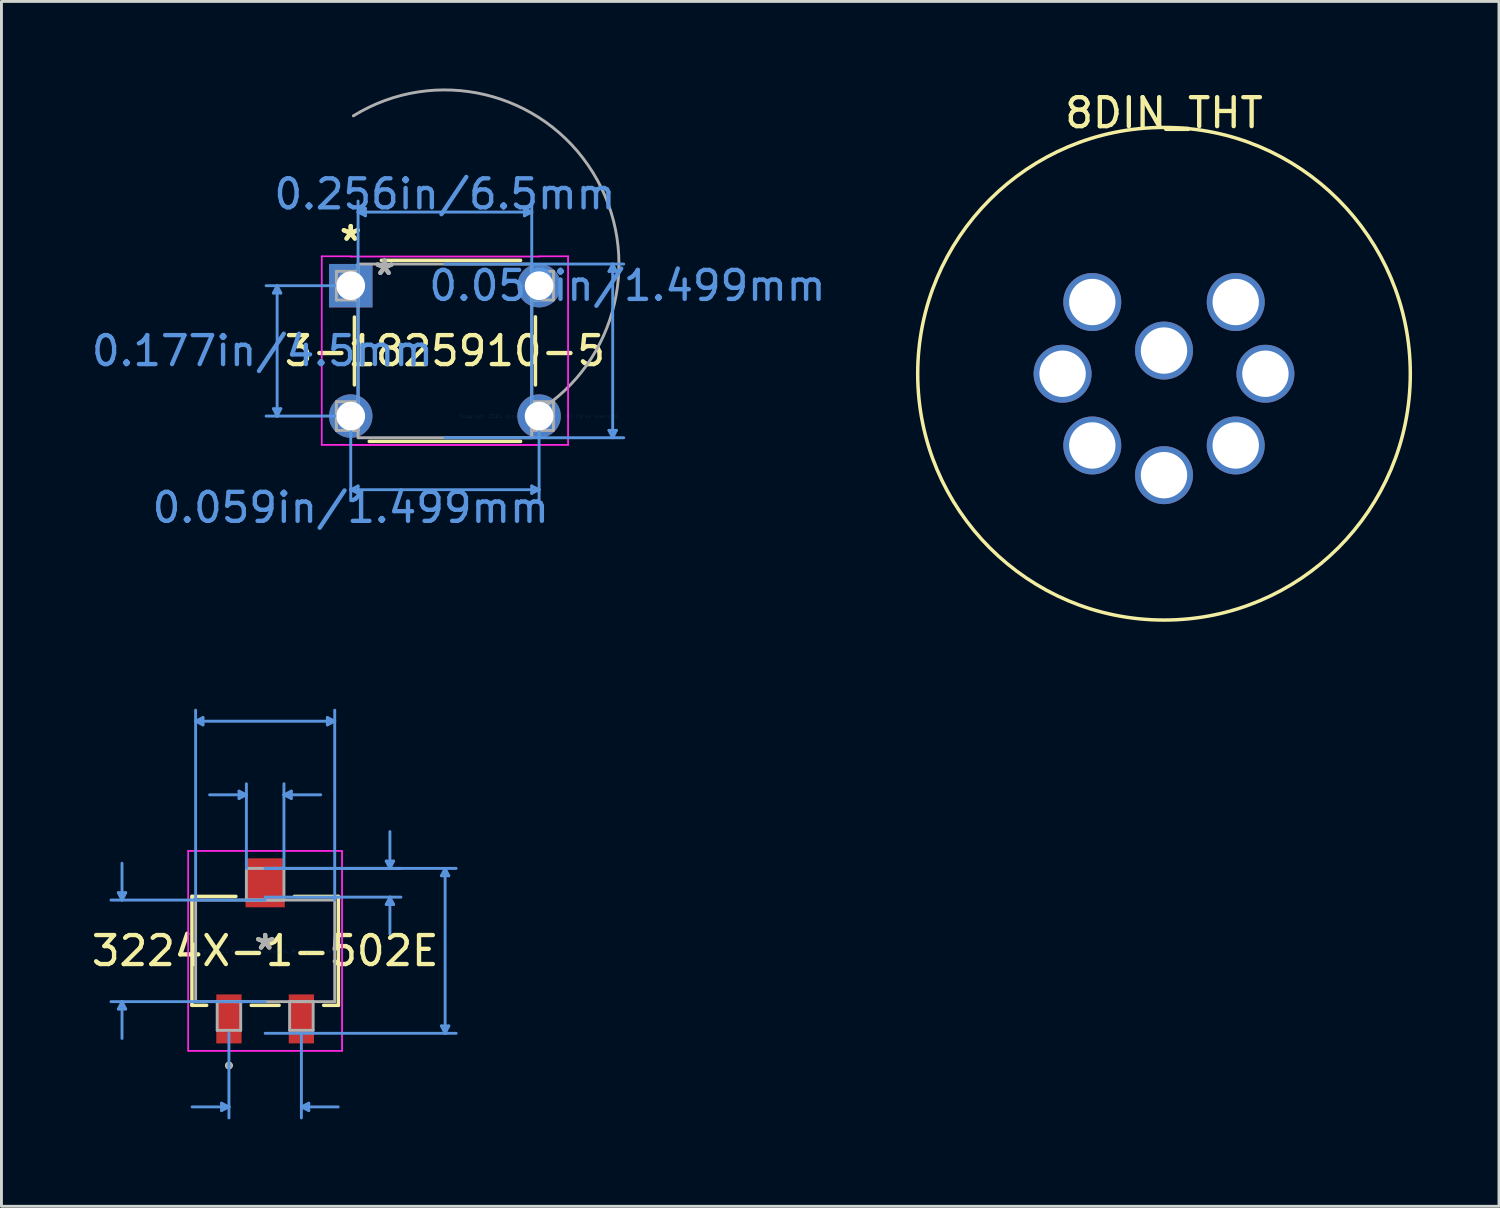
<source format=kicad_pcb>
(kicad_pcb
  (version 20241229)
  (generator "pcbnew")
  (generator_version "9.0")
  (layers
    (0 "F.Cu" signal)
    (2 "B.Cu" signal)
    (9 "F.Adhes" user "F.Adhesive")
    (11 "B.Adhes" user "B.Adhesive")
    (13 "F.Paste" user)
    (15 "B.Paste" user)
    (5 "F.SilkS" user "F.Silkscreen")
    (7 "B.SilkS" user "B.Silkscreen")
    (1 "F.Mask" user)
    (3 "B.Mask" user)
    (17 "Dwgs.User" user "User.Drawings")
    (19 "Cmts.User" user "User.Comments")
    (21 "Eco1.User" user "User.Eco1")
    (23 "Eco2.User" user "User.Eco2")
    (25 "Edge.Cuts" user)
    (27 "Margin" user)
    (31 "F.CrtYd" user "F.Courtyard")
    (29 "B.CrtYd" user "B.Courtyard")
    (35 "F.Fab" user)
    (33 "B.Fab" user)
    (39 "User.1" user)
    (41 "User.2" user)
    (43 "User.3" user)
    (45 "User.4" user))
  (footprint "3-1825910-5"
    (layer "F.Cu")
    (at 15.554 11.309)
    (property "Reference" "3-1825910-5" (at -3.25 -2.25 0) (layer "F.SilkS") (effects (font (size 1 1) (thickness 0.15))))
    (attr through_hole)
    (fp_line (start -6.374 -3.418) (end -6.374 -1.075) (stroke (width 0.12) (type solid)) (layer "F.SilkS"))
    (fp_line (start -5.862 0.874) (end -0.638 0.874) (stroke (width 0.12) (type solid)) (layer "F.SilkS"))
    (fp_line (start -0.638 -5.374) (end -5.442 -5.374) (stroke (width 0.12) (type solid)) (layer "F.SilkS"))
    (fp_line (start -0.126 -1.075) (end -0.126 -3.425) (stroke (width 0.12) (type solid)) (layer "F.SilkS"))
    (fp_line (start -9.167 -4.246) (end -8.913 -4.246) (stroke (width 0.1) (type solid)) (layer "Cmts.User"))
    (fp_line (start -9.167 -0.254) (end -8.913 -0.254) (stroke (width 0.1) (type solid)) (layer "Cmts.User"))
    (fp_line (start -9.04 -4.5) (end -9.167 -4.246) (stroke (width 0.1) (type solid)) (layer "Cmts.User"))
    (fp_line (start -9.04 -4.5) (end -9.04 0) (stroke (width 0.1) (type solid)) (layer "Cmts.User"))
    (fp_line (start -9.04 -4.5) (end -8.913 -4.246) (stroke (width 0.1) (type solid)) (layer "Cmts.User"))
    (fp_line (start -9.04 0) (end -9.167 -0.254) (stroke (width 0.1) (type solid)) (layer "Cmts.User"))
    (fp_line (start -9.04 0) (end -8.913 -0.254) (stroke (width 0.1) (type solid)) (layer "Cmts.User"))
    (fp_line (start -6.5 -4.5) (end -9.421 -4.5) (stroke (width 0.1) (type solid)) (layer "Cmts.User"))
    (fp_line (start -6.5 0) (end -9.421 0) (stroke (width 0.1) (type solid)) (layer "Cmts.User"))
    (fp_line (start -6.5 0) (end -6.5 2.921) (stroke (width 0.1) (type solid)) (layer "Cmts.User"))
    (fp_line (start -6.5 2.54) (end -6.246 2.413) (stroke (width 0.1) (type solid)) (layer "Cmts.User"))
    (fp_line (start -6.5 2.54) (end -6.246 2.667) (stroke (width 0.1) (type solid)) (layer "Cmts.User"))
    (fp_line (start -6.5 2.54) (end 0 2.54) (stroke (width 0.1) (type solid)) (layer "Cmts.User"))
    (fp_line (start -6.247 -7.04) (end -5.993 -7.167) (stroke (width 0.1) (type solid)) (layer "Cmts.User"))
    (fp_line (start -6.247 -7.04) (end -5.993 -6.913) (stroke (width 0.1) (type solid)) (layer "Cmts.User"))
    (fp_line (start -6.247 -7.04) (end -0.253 -7.04) (stroke (width 0.1) (type solid)) (layer "Cmts.User"))
    (fp_line (start -6.247 0) (end -6.247 -7.421) (stroke (width 0.1) (type solid)) (layer "Cmts.User"))
    (fp_line (start -6.246 2.413) (end -6.246 2.667) (stroke (width 0.1) (type solid)) (layer "Cmts.User"))
    (fp_line (start -5.993 -7.167) (end -5.993 -6.913) (stroke (width 0.1) (type solid)) (layer "Cmts.User"))
    (fp_line (start -3.25 -5.247) (end 2.921 -5.247) (stroke (width 0.1) (type solid)) (layer "Cmts.User"))
    (fp_line (start -3.25 0.747) (end 2.921 0.747) (stroke (width 0.1) (type solid)) (layer "Cmts.User"))
    (fp_line (start -0.507 -7.167) (end -0.507 -6.913) (stroke (width 0.1) (type solid)) (layer "Cmts.User"))
    (fp_line (start -0.254 2.413) (end -0.254 2.667) (stroke (width 0.1) (type solid)) (layer "Cmts.User"))
    (fp_line (start -0.253 -7.04) (end -0.507 -7.167) (stroke (width 0.1) (type solid)) (layer "Cmts.User"))
    (fp_line (start -0.253 -7.04) (end -0.507 -6.913) (stroke (width 0.1) (type solid)) (layer "Cmts.User"))
    (fp_line (start -0.253 0) (end -0.253 -7.421) (stroke (width 0.1) (type solid)) (layer "Cmts.User"))
    (fp_line (start 0 0) (end 0 2.921) (stroke (width 0.1) (type solid)) (layer "Cmts.User"))
    (fp_line (start 0 2.54) (end -0.254 2.413) (stroke (width 0.1) (type solid)) (layer "Cmts.User"))
    (fp_line (start 0 2.54) (end -0.254 2.667) (stroke (width 0.1) (type solid)) (layer "Cmts.User"))
    (fp_line (start 2.413 -4.993) (end 2.667 -4.993) (stroke (width 0.1) (type solid)) (layer "Cmts.User"))
    (fp_line (start 2.413 0.493) (end 2.667 0.493) (stroke (width 0.1) (type solid)) (layer "Cmts.User"))
    (fp_line (start 2.54 -5.247) (end 2.413 -4.993) (stroke (width 0.1) (type solid)) (layer "Cmts.User"))
    (fp_line (start 2.54 -5.247) (end 2.54 0.747) (stroke (width 0.1) (type solid)) (layer "Cmts.User"))
    (fp_line (start 2.54 -5.247) (end 2.667 -4.993) (stroke (width 0.1) (type solid)) (layer "Cmts.User"))
    (fp_line (start 2.54 0.747) (end 2.413 0.493) (stroke (width 0.1) (type solid)) (layer "Cmts.User"))
    (fp_line (start 2.54 0.747) (end 2.667 0.493) (stroke (width 0.1) (type solid)) (layer "Cmts.User"))
    (fp_line (start -7.503 -5.512) (end -7.503 0.991) (stroke (width 0.05) (type solid)) (layer "F.CrtYd"))
    (fp_line (start -7.503 -5.512) (end 1.003 -5.512) (stroke (width 0.05) (type solid)) (layer "F.CrtYd"))
    (fp_line (start -7.503 0.991) (end -7.503 -5.512) (stroke (width 0.05) (type solid)) (layer "F.CrtYd"))
    (fp_line (start -7.503 0.991) (end -6.5 0.991) (stroke (width 0.05) (type solid)) (layer "F.CrtYd"))
    (fp_line (start -6.501 -5.501) (end -6.5 -5.512) (stroke (width 0.05) (type solid)) (layer "F.CrtYd"))
    (fp_line (start -6.501 1.001) (end 0.001 1.001) (stroke (width 0.05) (type solid)) (layer "F.CrtYd"))
    (fp_line (start -6.5 -5.512) (end -7.503 -5.512) (stroke (width 0.05) (type solid)) (layer "F.CrtYd"))
    (fp_line (start -6.5 0.991) (end -6.501 1.001) (stroke (width 0.05) (type solid)) (layer "F.CrtYd"))
    (fp_line (start 0 -5.512) (end 0.001 -5.501) (stroke (width 0.05) (type solid)) (layer "F.CrtYd"))
    (fp_line (start 0 0.991) (end 1.003 0.991) (stroke (width 0.05) (type solid)) (layer "F.CrtYd"))
    (fp_line (start 0.001 -5.501) (end -6.501 -5.501) (stroke (width 0.05) (type solid)) (layer "F.CrtYd"))
    (fp_line (start 0.001 1.001) (end 0 0.991) (stroke (width 0.05) (type solid)) (layer "F.CrtYd"))
    (fp_line (start 1.003 -5.512) (end 0 -5.512) (stroke (width 0.05) (type solid)) (layer "F.CrtYd"))
    (fp_line (start 1.003 -5.512) (end 1.003 0.991) (stroke (width 0.05) (type solid)) (layer "F.CrtYd"))
    (fp_line (start 1.003 0.991) (end -7.503 0.991) (stroke (width 0.05) (type solid)) (layer "F.CrtYd"))
    (fp_line (start 1.003 0.991) (end 1.003 -5.512) (stroke (width 0.05) (type solid)) (layer "F.CrtYd"))
    (fp_line (start -6.995 -4.995) (end -6.995 -4.005) (stroke (width 0.1) (type solid)) (layer "F.Fab"))
    (fp_line (start -6.995 -4.005) (end -6.247 -4.005) (stroke (width 0.1) (type solid)) (layer "F.Fab"))
    (fp_line (start -6.995 -0.495) (end -6.995 0.495) (stroke (width 0.1) (type solid)) (layer "F.Fab"))
    (fp_line (start -6.995 0.495) (end -6.247 0.495) (stroke (width 0.1) (type solid)) (layer "F.Fab"))
    (fp_line (start -6.247 -5.247) (end -6.247 0.747) (stroke (width 0.1) (type solid)) (layer "F.Fab"))
    (fp_line (start -6.247 -4.995) (end -6.995 -4.995) (stroke (width 0.1) (type solid)) (layer "F.Fab"))
    (fp_line (start -6.247 -4.005) (end -6.247 -4.995) (stroke (width 0.1) (type solid)) (layer "F.Fab"))
    (fp_line (start -6.247 -0.495) (end -6.995 -0.495) (stroke (width 0.1) (type solid)) (layer "F.Fab"))
    (fp_line (start -6.247 0.495) (end -6.247 -0.495) (stroke (width 0.1) (type solid)) (layer "F.Fab"))
    (fp_line (start -6.247 0.747) (end -0.253 0.747) (stroke (width 0.1) (type solid)) (layer "F.Fab"))
    (fp_line (start -0.253 -5.247) (end -6.247 -5.247) (stroke (width 0.1) (type solid)) (layer "F.Fab"))
    (fp_line (start -0.253 -4.995) (end -0.253 -4.005) (stroke (width 0.1) (type solid)) (layer "F.Fab"))
    (fp_line (start -0.253 -4.005) (end 0.495 -4.005) (stroke (width 0.1) (type solid)) (layer "F.Fab"))
    (fp_line (start -0.253 -0.495) (end -0.253 0.495) (stroke (width 0.1) (type solid)) (layer "F.Fab"))
    (fp_line (start -0.253 0.495) (end 0.495 0.495) (stroke (width 0.1) (type solid)) (layer "F.Fab"))
    (fp_line (start -0.253 0.747) (end -0.253 -5.247) (stroke (width 0.1) (type solid)) (layer "F.Fab"))
    (fp_line (start 0.495 -4.995) (end -0.253 -4.995) (stroke (width 0.1) (type solid)) (layer "F.Fab"))
    (fp_line (start 0.495 -4.005) (end 0.495 -4.995) (stroke (width 0.1) (type solid)) (layer "F.Fab"))
    (fp_line (start 0.495 -0.495) (end -0.253 -0.495) (stroke (width 0.1) (type solid)) (layer "F.Fab"))
    (fp_line (start 0.495 0.495) (end 0.495 -0.495) (stroke (width 0.1) (type solid)) (layer "F.Fab"))
    (fp_arc (start -6.409708 -10.361123) (mid 1.863922 -8.406909) (end -0.090292 -0.133279) (stroke (width 0.1) (type solid)) (layer "F.Fab"))
    (fp_text user "*" (at -6.5 -6.011 0) (layer "F.SilkS") (effects (font (size 1 1) (thickness 0.15))))
    (fp_text user "*" (at -6.5 -6.011 0) (layer "F.SilkS") (effects (font (size 1 1) (thickness 0.15))))
    (fp_text user "0.059in/1.499mm" (at -6.5 3.16 0) (layer "Cmts.User") (effects (font (size 1 1) (thickness 0.15))))
    (fp_text user "0.256in/6.5mm" (at -3.25 -7.66 0) (layer "Cmts.User") (effects (font (size 1 1) (thickness 0.15))))
    (fp_text user "0.059in/1.499mm" (at 3.048 -4.5 0) (layer "Cmts.User") (effects (font (size 1 1) (thickness 0.15))))
    (fp_text user "Copyright 2021 Accelerated Designs. All rights reserved." (at 0 0 0) (layer "Cmts.User") (effects (font (size 0.127 0.127) (thickness 0.002))))
    (fp_text user "0.177in/4.5mm" (at -9.548 -2.25 0) (layer "Cmts.User") (effects (font (size 1 1) (thickness 0.15))))
    (fp_text user "*" (at -5.334 -4.826 0) (layer "F.Fab") (effects (font (size 1 1) (thickness 0.15))))
    (fp_text user "*" (at -5.334 -4.826 0) (layer "F.Fab") (effects (font (size 1 1) (thickness 0.15))))
    (pad "1" thru_hole rect (at -6.5 -4.5) (size 1.499 1.499) (drill 0.991) (layers "*.Cu" "*.Mask"))
    (pad "2" thru_hole circle (at 0.000001 -4.5) (size 1.499 1.499) (drill 0.991) (layers "*.Cu" "*.Mask"))
    (pad "3" thru_hole circle (at -6.5 0) (size 1.499 1.499) (drill 0.991) (layers "*.Cu" "*.Mask"))
    (pad "4" thru_hole circle (at 0.000001 0) (size 1.499 1.499) (drill 0.991) (layers "*.Cu" "*.Mask")))
  (footprint "8DIN_THT"
    (layer "F.Cu")
    (at 37.12 9.848)
    (property "Reference" "8DIN_THT" (at 0 -9 0) (layer "F.SilkS") (effects (font (size 1 1) (thickness 0.15))))
    (attr through_hole)
    (fp_circle (center 0 0) (end 8.5 0) (stroke (width 0.12) (type solid)) (fill no) (layer "F.SilkS"))
    (pad "1" thru_hole circle (at -3.5 0 180) (size 2 2) (drill 1.6) (layers "*.Cu" "*.Mask"))
    (pad "2" thru_hole circle (at 0 3.5 270) (size 2 2) (drill 1.6) (layers "*.Cu" "*.Mask"))
    (pad "3" thru_hole circle (at 3.5 0) (size 2 2) (drill 1.6) (layers "*.Cu" "*.Mask"))
    (pad "4" thru_hole circle (at -2.475 2.475 225) (size 2 2) (drill 1.6) (layers "*.Cu" "*.Mask"))
    (pad "5" thru_hole circle (at 2.475 2.475 315) (size 2 2) (drill 1.6) (layers "*.Cu" "*.Mask"))
    (pad "6" thru_hole circle (at -2.475 -2.475 135) (size 2 2) (drill 1.6) (layers "*.Cu" "*.Mask"))
    (pad "7" thru_hole circle (at 2.475 -2.475 45) (size 2 2) (drill 1.6) (layers "*.Cu" "*.Mask"))
    (pad "8" thru_hole circle (at 0 -0.8 90) (size 2 2) (drill 1.6) (layers "*.Cu" "*.Mask")))
  (footprint "3224X-1-502E"
    (layer "F.Cu")
    (at 6.101 29.764)
    (property "Reference" "3224X-1-502E" (at 0 0 0) (layer "F.SilkS") (effects (font (size 1 1) (thickness 0.15))))
    (attr through_hole)
    (fp_line (start -2.527 -1.88) (end -2.527 1.88) (stroke (width 0.12) (type solid)) (layer "F.SilkS"))
    (fp_line (start -2.527 1.88) (end -2.019 1.88) (stroke (width 0.12) (type solid)) (layer "F.SilkS"))
    (fp_line (start -1.01 -1.88) (end -2.527 -1.88) (stroke (width 0.12) (type solid)) (layer "F.SilkS"))
    (fp_line (start -0.481 1.88) (end 0.481 1.88) (stroke (width 0.12) (type solid)) (layer "F.SilkS"))
    (fp_line (start 2.019 1.88) (end 2.527 1.88) (stroke (width 0.12) (type solid)) (layer "F.SilkS"))
    (fp_line (start 2.527 -1.88) (end 1.01 -1.88) (stroke (width 0.12) (type solid)) (layer "F.SilkS"))
    (fp_line (start 2.527 1.88) (end 2.527 -1.88) (stroke (width 0.12) (type solid)) (layer "F.SilkS"))
    (fp_circle (center -1.25 3.957) (end -1.174 3.957) (stroke (width 0.12) (type solid)) (fill no) (layer "F.SilkS"))
    (fp_line (start -5.067 -2.007) (end -4.813 -2.007) (stroke (width 0.1) (type solid)) (layer "Cmts.User"))
    (fp_line (start -5.067 2.007) (end -4.813 2.007) (stroke (width 0.1) (type solid)) (layer "Cmts.User"))
    (fp_line (start -4.94 -1.753) (end -5.067 -2.007) (stroke (width 0.1) (type solid)) (layer "Cmts.User"))
    (fp_line (start -4.94 -1.753) (end -4.94 -3.023) (stroke (width 0.1) (type solid)) (layer "Cmts.User"))
    (fp_line (start -4.94 -1.753) (end -4.813 -2.007) (stroke (width 0.1) (type solid)) (layer "Cmts.User"))
    (fp_line (start -4.94 1.753) (end -5.067 2.007) (stroke (width 0.1) (type solid)) (layer "Cmts.User"))
    (fp_line (start -4.94 1.753) (end -4.94 3.023) (stroke (width 0.1) (type solid)) (layer "Cmts.User"))
    (fp_line (start -4.94 1.753) (end -4.813 2.007) (stroke (width 0.1) (type solid)) (layer "Cmts.User"))
    (fp_line (start -2.4 -7.925) (end -2.146 -8.052) (stroke (width 0.1) (type solid)) (layer "Cmts.User"))
    (fp_line (start -2.4 -7.925) (end -2.146 -7.798) (stroke (width 0.1) (type solid)) (layer "Cmts.User"))
    (fp_line (start -2.4 -7.925) (end 2.4 -7.925) (stroke (width 0.1) (type solid)) (layer "Cmts.User"))
    (fp_line (start -2.4 -1.753) (end -2.4 -8.306) (stroke (width 0.1) (type solid)) (layer "Cmts.User"))
    (fp_line (start -2.146 -8.052) (end -2.146 -7.798) (stroke (width 0.1) (type solid)) (layer "Cmts.User"))
    (fp_line (start -1.504 5.258) (end -1.504 5.512) (stroke (width 0.1) (type solid)) (layer "Cmts.User"))
    (fp_line (start -1.25 2.845) (end -1.25 5.766) (stroke (width 0.1) (type solid)) (layer "Cmts.User"))
    (fp_line (start -1.25 5.385) (end -2.52 5.385) (stroke (width 0.1) (type solid)) (layer "Cmts.User"))
    (fp_line (start -1.25 5.385) (end -1.504 5.258) (stroke (width 0.1) (type solid)) (layer "Cmts.User"))
    (fp_line (start -1.25 5.385) (end -1.504 5.512) (stroke (width 0.1) (type solid)) (layer "Cmts.User"))
    (fp_line (start -0.902 -5.512) (end -0.902 -5.258) (stroke (width 0.1) (type solid)) (layer "Cmts.User"))
    (fp_line (start -0.648 -5.385) (end -1.918 -5.385) (stroke (width 0.1) (type solid)) (layer "Cmts.User"))
    (fp_line (start -0.648 -5.385) (end -0.902 -5.512) (stroke (width 0.1) (type solid)) (layer "Cmts.User"))
    (fp_line (start -0.648 -5.385) (end -0.902 -5.258) (stroke (width 0.1) (type solid)) (layer "Cmts.User"))
    (fp_line (start -0.648 -2.845) (end -0.648 -5.766) (stroke (width 0.1) (type solid)) (layer "Cmts.User"))
    (fp_line (start 0 -2.845) (end 4.686 -2.845) (stroke (width 0.1) (type solid)) (layer "Cmts.User"))
    (fp_line (start 0 -2.845) (end 6.591 -2.845) (stroke (width 0.1) (type solid)) (layer "Cmts.User"))
    (fp_line (start 0 -1.854) (end 4.686 -1.854) (stroke (width 0.1) (type solid)) (layer "Cmts.User"))
    (fp_line (start 0 -1.753) (end -5.321 -1.753) (stroke (width 0.1) (type solid)) (layer "Cmts.User"))
    (fp_line (start 0 1.753) (end -5.321 1.753) (stroke (width 0.1) (type solid)) (layer "Cmts.User"))
    (fp_line (start 0 2.845) (end 6.591 2.845) (stroke (width 0.1) (type solid)) (layer "Cmts.User"))
    (fp_line (start 0.648 -5.385) (end 0.902 -5.512) (stroke (width 0.1) (type solid)) (layer "Cmts.User"))
    (fp_line (start 0.648 -5.385) (end 0.902 -5.258) (stroke (width 0.1) (type solid)) (layer "Cmts.User"))
    (fp_line (start 0.648 -5.385) (end 1.918 -5.385) (stroke (width 0.1) (type solid)) (layer "Cmts.User"))
    (fp_line (start 0.648 -2.845) (end 0.648 -5.766) (stroke (width 0.1) (type solid)) (layer "Cmts.User"))
    (fp_line (start 0.902 -5.512) (end 0.902 -5.258) (stroke (width 0.1) (type solid)) (layer "Cmts.User"))
    (fp_line (start 1.25 2.845) (end 1.25 5.766) (stroke (width 0.1) (type solid)) (layer "Cmts.User"))
    (fp_line (start 1.25 5.385) (end 1.504 5.258) (stroke (width 0.1) (type solid)) (layer "Cmts.User"))
    (fp_line (start 1.25 5.385) (end 1.504 5.512) (stroke (width 0.1) (type solid)) (layer "Cmts.User"))
    (fp_line (start 1.25 5.385) (end 2.52 5.385) (stroke (width 0.1) (type solid)) (layer "Cmts.User"))
    (fp_line (start 1.504 5.258) (end 1.504 5.512) (stroke (width 0.1) (type solid)) (layer "Cmts.User"))
    (fp_line (start 2.146 -8.052) (end 2.146 -7.798) (stroke (width 0.1) (type solid)) (layer "Cmts.User"))
    (fp_line (start 2.4 -7.925) (end 2.146 -8.052) (stroke (width 0.1) (type solid)) (layer "Cmts.User"))
    (fp_line (start 2.4 -7.925) (end 2.146 -7.798) (stroke (width 0.1) (type solid)) (layer "Cmts.User"))
    (fp_line (start 2.4 -1.753) (end 2.4 -8.306) (stroke (width 0.1) (type solid)) (layer "Cmts.User"))
    (fp_line (start 4.178 -3.099) (end 4.432 -3.099) (stroke (width 0.1) (type solid)) (layer "Cmts.User"))
    (fp_line (start 4.178 -1.6) (end 4.432 -1.6) (stroke (width 0.1) (type solid)) (layer "Cmts.User"))
    (fp_line (start 4.305 -2.845) (end 4.178 -3.099) (stroke (width 0.1) (type solid)) (layer "Cmts.User"))
    (fp_line (start 4.305 -2.845) (end 4.305 -4.115) (stroke (width 0.1) (type solid)) (layer "Cmts.User"))
    (fp_line (start 4.305 -2.845) (end 4.432 -3.099) (stroke (width 0.1) (type solid)) (layer "Cmts.User"))
    (fp_line (start 4.305 -1.854) (end 4.178 -1.6) (stroke (width 0.1) (type solid)) (layer "Cmts.User"))
    (fp_line (start 4.305 -1.854) (end 4.305 -0.584) (stroke (width 0.1) (type solid)) (layer "Cmts.User"))
    (fp_line (start 4.305 -1.854) (end 4.432 -1.6) (stroke (width 0.1) (type solid)) (layer "Cmts.User"))
    (fp_line (start 6.083 -2.591) (end 6.337 -2.591) (stroke (width 0.1) (type solid)) (layer "Cmts.User"))
    (fp_line (start 6.083 2.591) (end 6.337 2.591) (stroke (width 0.1) (type solid)) (layer "Cmts.User"))
    (fp_line (start 6.21 -2.845) (end 6.083 -2.591) (stroke (width 0.1) (type solid)) (layer "Cmts.User"))
    (fp_line (start 6.21 -2.845) (end 6.21 2.845) (stroke (width 0.1) (type solid)) (layer "Cmts.User"))
    (fp_line (start 6.21 -2.845) (end 6.337 -2.591) (stroke (width 0.1) (type solid)) (layer "Cmts.User"))
    (fp_line (start 6.21 2.845) (end 6.083 2.591) (stroke (width 0.1) (type solid)) (layer "Cmts.User"))
    (fp_line (start 6.21 2.845) (end 6.337 2.591) (stroke (width 0.1) (type solid)) (layer "Cmts.User"))
    (fp_line (start -2.654 -3.449) (end 2.654 -3.449) (stroke (width 0.05) (type solid)) (layer "F.CrtYd"))
    (fp_line (start -2.654 -3.449) (end 2.654 -3.449) (stroke (width 0.05) (type solid)) (layer "F.CrtYd"))
    (fp_line (start -2.654 3.449) (end -2.654 -3.449) (stroke (width 0.05) (type solid)) (layer "F.CrtYd"))
    (fp_line (start -2.654 3.449) (end -2.654 -3.449) (stroke (width 0.05) (type solid)) (layer "F.CrtYd"))
    (fp_line (start 2.654 -3.449) (end 2.654 3.449) (stroke (width 0.05) (type solid)) (layer "F.CrtYd"))
    (fp_line (start 2.654 -3.449) (end 2.654 3.449) (stroke (width 0.05) (type solid)) (layer "F.CrtYd"))
    (fp_line (start 2.654 3.449) (end -2.654 3.449) (stroke (width 0.05) (type solid)) (layer "F.CrtYd"))
    (fp_line (start 2.654 3.449) (end -2.654 3.449) (stroke (width 0.05) (type solid)) (layer "F.CrtYd"))
    (fp_line (start -2.4 -1.753) (end -2.4 1.753) (stroke (width 0.1) (type solid)) (layer "F.Fab"))
    (fp_line (start -2.4 1.753) (end 2.4 1.753) (stroke (width 0.1) (type solid)) (layer "F.Fab"))
    (fp_line (start -1.656 1.753) (end -1.656 2.743) (stroke (width 0.1) (type solid)) (layer "F.Fab"))
    (fp_line (start -1.656 2.743) (end -0.844 2.743) (stroke (width 0.1) (type solid)) (layer "F.Fab"))
    (fp_line (start -0.844 1.753) (end -1.656 1.753) (stroke (width 0.1) (type solid)) (layer "F.Fab"))
    (fp_line (start -0.844 2.743) (end -0.844 1.753) (stroke (width 0.1) (type solid)) (layer "F.Fab"))
    (fp_line (start -0.648 -2.845) (end -0.648 -1.753) (stroke (width 0.1) (type solid)) (layer "F.Fab"))
    (fp_line (start -0.648 -1.753) (end 0.648 -1.753) (stroke (width 0.1) (type solid)) (layer "F.Fab"))
    (fp_line (start 0.648 -2.845) (end -0.648 -2.845) (stroke (width 0.1) (type solid)) (layer "F.Fab"))
    (fp_line (start 0.648 -1.753) (end 0.648 -2.845) (stroke (width 0.1) (type solid)) (layer "F.Fab"))
    (fp_line (start 0.844 1.753) (end 0.844 2.743) (stroke (width 0.1) (type solid)) (layer "F.Fab"))
    (fp_line (start 0.844 2.743) (end 1.656 2.743) (stroke (width 0.1) (type solid)) (layer "F.Fab"))
    (fp_line (start 1.656 1.753) (end 0.844 1.753) (stroke (width 0.1) (type solid)) (layer "F.Fab"))
    (fp_line (start 1.656 2.743) (end 1.656 1.753) (stroke (width 0.1) (type solid)) (layer "F.Fab"))
    (fp_line (start 2.4 -1.753) (end -2.4 -1.753) (stroke (width 0.1) (type solid)) (layer "F.Fab"))
    (fp_line (start 2.4 1.753) (end 2.4 -1.753) (stroke (width 0.1) (type solid)) (layer "F.Fab"))
    (fp_circle (center -1.25 3.957) (end -1.174 3.957) (stroke (width 0.1) (type solid)) (fill no) (layer "F.Fab"))
    (fp_text user "*" (at 0 0 0) (layer "F.SilkS") (effects (font (size 1 1) (thickness 0.15))))
    (fp_text user "Copyright 2021 Accelerated Designs. All rights reserved." (at 0 0 0) (layer "Cmts.User") (effects (font (size 0.127 0.127) (thickness 0.002))))
    (fp_text user "*" (at 0 0 0) (layer "F.Fab") (effects (font (size 1 1) (thickness 0.15))))
    (pad "1" smd rect (at -1.25 2.349) (size 0.873 1.691) (layers "F.Cu" "F.Mask" "F.Paste"))
    (pad "2" smd rect (at 1.25 2.349) (size 0.873 1.691) (layers "F.Cu" "F.Mask" "F.Paste"))
    (pad "3" smd rect (at 0 -2.349) (size 1.355 1.691) (layers "F.Cu" "F.Mask" "F.Paste")))
  (gr_rect
    (start -3 -3)
    (end 48.68 38.58)
    (stroke (width 0.1) (type default))
    (fill no)
    (layer "Edge.Cuts")))
</source>
